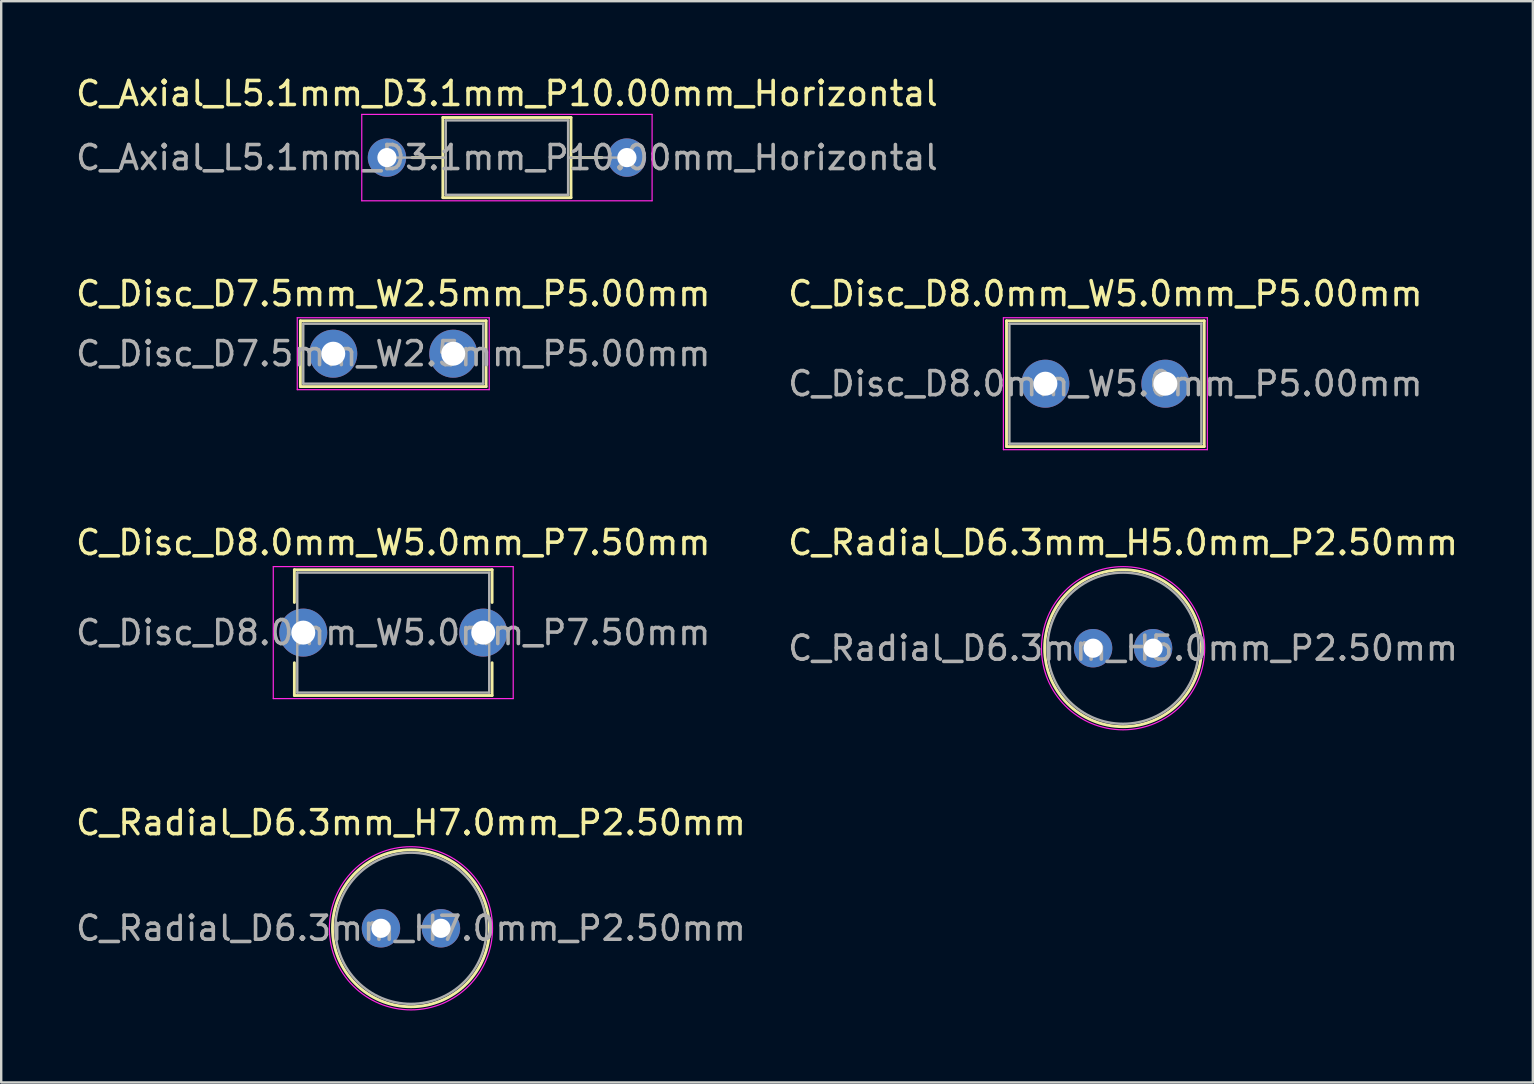
<source format=kicad_pcb>
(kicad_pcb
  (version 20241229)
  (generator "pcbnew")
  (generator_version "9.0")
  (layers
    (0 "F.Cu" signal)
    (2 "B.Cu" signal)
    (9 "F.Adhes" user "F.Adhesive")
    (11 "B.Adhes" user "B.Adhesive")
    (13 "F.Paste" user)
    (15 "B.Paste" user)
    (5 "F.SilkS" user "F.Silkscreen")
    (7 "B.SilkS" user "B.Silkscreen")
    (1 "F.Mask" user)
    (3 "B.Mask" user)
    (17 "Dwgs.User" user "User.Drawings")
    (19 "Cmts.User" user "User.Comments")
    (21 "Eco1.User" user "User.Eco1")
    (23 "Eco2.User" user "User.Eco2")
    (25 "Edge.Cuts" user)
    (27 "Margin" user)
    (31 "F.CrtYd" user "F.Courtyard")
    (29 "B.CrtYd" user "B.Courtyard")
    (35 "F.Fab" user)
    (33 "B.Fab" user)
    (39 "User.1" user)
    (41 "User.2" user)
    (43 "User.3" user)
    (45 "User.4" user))
  (footprint "C_Radial_D6.3mm_H5.0mm_P2.50mm"
    (layer "F.Cu")
    (at 42.506 23.965)
    (property "Reference" "C_Radial_D6.3mm_H5.0mm_P2.50mm" (at 1.25 -4.4 0) (layer "F.SilkS") (effects (font (size 1 1) (thickness 0.15))))
    (attr through_hole)
    (fp_circle (center 1.25 0) (end 4.52 0) (stroke (width 0.12) (type solid)) (fill no) (layer "F.SilkS"))
    (fp_circle (center 1.25 0) (end 4.65 0) (stroke (width 0.05) (type solid)) (fill no) (layer "F.CrtYd"))
    (fp_circle (center 1.25 0) (end 4.4 0) (stroke (width 0.1) (type solid)) (fill no) (layer "F.Fab"))
    (fp_text user "${REFERENCE}" (at 1.25 0 0) (layer "F.Fab") (effects (font (size 1 1) (thickness 0.15))))
    (pad "1" thru_hole circle (at 0 0) (size 1.6 1.6) (drill 0.8) (layers "*.Cu" "*.Mask"))
    (pad "2" thru_hole circle (at 2.5 0) (size 1.6 1.6) (drill 0.8) (layers "*.Cu" "*.Mask")))
  (footprint "C_Disc_D7.5mm_W2.5mm_P5.00mm"
    (layer "F.Cu")
    (at 10.839 11.691)
    (property "Reference" "C_Disc_D7.5mm_W2.5mm_P5.00mm" (at 2.5 -2.5 0) (layer "F.SilkS") (effects (font (size 1 1) (thickness 0.15))))
    (attr through_hole)
    (fp_line (start -1.37 -1.37) (end -1.37 1.37) (stroke (width 0.12) (type solid)) (layer "F.SilkS"))
    (fp_line (start -1.37 -1.37) (end 6.37 -1.37) (stroke (width 0.12) (type solid)) (layer "F.SilkS"))
    (fp_line (start -1.37 1.37) (end 6.37 1.37) (stroke (width 0.12) (type solid)) (layer "F.SilkS"))
    (fp_line (start 6.37 -1.37) (end 6.37 1.37) (stroke (width 0.12) (type solid)) (layer "F.SilkS"))
    (fp_line (start -1.5 -1.5) (end -1.5 1.5) (stroke (width 0.05) (type solid)) (layer "F.CrtYd"))
    (fp_line (start -1.5 1.5) (end 6.5 1.5) (stroke (width 0.05) (type solid)) (layer "F.CrtYd"))
    (fp_line (start 6.5 -1.5) (end -1.5 -1.5) (stroke (width 0.05) (type solid)) (layer "F.CrtYd"))
    (fp_line (start 6.5 1.5) (end 6.5 -1.5) (stroke (width 0.05) (type solid)) (layer "F.CrtYd"))
    (fp_line (start -1.25 -1.25) (end -1.25 1.25) (stroke (width 0.1) (type solid)) (layer "F.Fab"))
    (fp_line (start -1.25 1.25) (end 6.25 1.25) (stroke (width 0.1) (type solid)) (layer "F.Fab"))
    (fp_line (start 6.25 -1.25) (end -1.25 -1.25) (stroke (width 0.1) (type solid)) (layer "F.Fab"))
    (fp_line (start 6.25 1.25) (end 6.25 -1.25) (stroke (width 0.1) (type solid)) (layer "F.Fab"))
    (fp_text user "${REFERENCE}" (at 2.5 0 0) (layer "F.Fab") (effects (font (size 1 1) (thickness 0.15))))
    (pad "1" thru_hole circle (at 0 0) (size 2 2) (drill 1) (layers "*.Cu" "*.Mask"))
    (pad "2" thru_hole circle (at 5 0) (size 2 2) (drill 1) (layers "*.Cu" "*.Mask")))
  (footprint "C_Axial_L5.1mm_D3.1mm_P10.00mm_Horizontal"
    (layer "F.Cu")
    (at 13.077 3.518)
    (property "Reference" "C_Axial_L5.1mm_D3.1mm_P10.00mm_Horizontal" (at 5 -2.67 0) (layer "F.SilkS") (effects (font (size 1 1) (thickness 0.15))))
    (attr through_hole)
    (fp_line (start 1.04 0) (end 2.33 0) (stroke (width 0.12) (type solid)) (layer "F.SilkS"))
    (fp_line (start 2.33 -1.67) (end 2.33 1.67) (stroke (width 0.12) (type solid)) (layer "F.SilkS"))
    (fp_line (start 2.33 1.67) (end 7.67 1.67) (stroke (width 0.12) (type solid)) (layer "F.SilkS"))
    (fp_line (start 7.67 -1.67) (end 2.33 -1.67) (stroke (width 0.12) (type solid)) (layer "F.SilkS"))
    (fp_line (start 7.67 1.67) (end 7.67 -1.67) (stroke (width 0.12) (type solid)) (layer "F.SilkS"))
    (fp_line (start 8.96 0) (end 7.67 0) (stroke (width 0.12) (type solid)) (layer "F.SilkS"))
    (fp_line (start -1.05 -1.8) (end -1.05 1.8) (stroke (width 0.05) (type solid)) (layer "F.CrtYd"))
    (fp_line (start -1.05 1.8) (end 11.05 1.8) (stroke (width 0.05) (type solid)) (layer "F.CrtYd"))
    (fp_line (start 11.05 -1.8) (end -1.05 -1.8) (stroke (width 0.05) (type solid)) (layer "F.CrtYd"))
    (fp_line (start 11.05 1.8) (end 11.05 -1.8) (stroke (width 0.05) (type solid)) (layer "F.CrtYd"))
    (fp_line (start 0 0) (end 2.45 0) (stroke (width 0.1) (type solid)) (layer "F.Fab"))
    (fp_line (start 2.45 -1.55) (end 2.45 1.55) (stroke (width 0.1) (type solid)) (layer "F.Fab"))
    (fp_line (start 2.45 1.55) (end 7.55 1.55) (stroke (width 0.1) (type solid)) (layer "F.Fab"))
    (fp_line (start 7.55 -1.55) (end 2.45 -1.55) (stroke (width 0.1) (type solid)) (layer "F.Fab"))
    (fp_line (start 7.55 1.55) (end 7.55 -1.55) (stroke (width 0.1) (type solid)) (layer "F.Fab"))
    (fp_line (start 10 0) (end 7.55 0) (stroke (width 0.1) (type solid)) (layer "F.Fab"))
    (fp_text user "${REFERENCE}" (at 5 0 0) (layer "F.Fab") (effects (font (size 1 1) (thickness 0.15))))
    (pad "1" thru_hole circle (at 0 0) (size 1.6 1.6) (drill 0.8) (layers "*.Cu" "*.Mask"))
    (pad "2" thru_hole oval (at 10 0) (size 1.6 1.6) (drill 0.8) (layers "*.Cu" "*.Mask")))
  (footprint "C_Radial_D6.3mm_H7.0mm_P2.50mm"
    (layer "F.Cu")
    (at 12.827 35.638)
    (property "Reference" "C_Radial_D6.3mm_H7.0mm_P2.50mm" (at 1.25 -4.4 0) (layer "F.SilkS") (effects (font (size 1 1) (thickness 0.15))))
    (attr through_hole)
    (fp_circle (center 1.25 0) (end 4.52 0) (stroke (width 0.12) (type solid)) (fill no) (layer "F.SilkS"))
    (fp_circle (center 1.25 0) (end 4.65 0) (stroke (width 0.05) (type solid)) (fill no) (layer "F.CrtYd"))
    (fp_circle (center 1.25 0) (end 4.4 0) (stroke (width 0.1) (type solid)) (fill no) (layer "F.Fab"))
    (fp_text user "${REFERENCE}" (at 1.25 0 0) (layer "F.Fab") (effects (font (size 1 1) (thickness 0.15))))
    (pad "1" thru_hole circle (at 0 0) (size 1.6 1.6) (drill 0.8) (layers "*.Cu" "*.Mask"))
    (pad "2" thru_hole circle (at 2.5 0) (size 1.6 1.6) (drill 0.8) (layers "*.Cu" "*.Mask")))
  (footprint "C_Disc_D8.0mm_W5.0mm_P5.00mm"
    (layer "F.Cu")
    (at 40.518 12.941)
    (property "Reference" "C_Disc_D8.0mm_W5.0mm_P5.00mm" (at 2.5 -3.75 0) (layer "F.SilkS") (effects (font (size 1 1) (thickness 0.15))))
    (attr through_hole)
    (fp_line (start -1.62 -2.62) (end -1.62 2.62) (stroke (width 0.12) (type solid)) (layer "F.SilkS"))
    (fp_line (start -1.62 -2.62) (end 6.62 -2.62) (stroke (width 0.12) (type solid)) (layer "F.SilkS"))
    (fp_line (start -1.62 2.62) (end 6.62 2.62) (stroke (width 0.12) (type solid)) (layer "F.SilkS"))
    (fp_line (start 6.62 -2.62) (end 6.62 2.62) (stroke (width 0.12) (type solid)) (layer "F.SilkS"))
    (fp_line (start -1.75 -2.75) (end -1.75 2.75) (stroke (width 0.05) (type solid)) (layer "F.CrtYd"))
    (fp_line (start -1.75 2.75) (end 6.75 2.75) (stroke (width 0.05) (type solid)) (layer "F.CrtYd"))
    (fp_line (start 6.75 -2.75) (end -1.75 -2.75) (stroke (width 0.05) (type solid)) (layer "F.CrtYd"))
    (fp_line (start 6.75 2.75) (end 6.75 -2.75) (stroke (width 0.05) (type solid)) (layer "F.CrtYd"))
    (fp_line (start -1.5 -2.5) (end -1.5 2.5) (stroke (width 0.1) (type solid)) (layer "F.Fab"))
    (fp_line (start -1.5 2.5) (end 6.5 2.5) (stroke (width 0.1) (type solid)) (layer "F.Fab"))
    (fp_line (start 6.5 -2.5) (end -1.5 -2.5) (stroke (width 0.1) (type solid)) (layer "F.Fab"))
    (fp_line (start 6.5 2.5) (end 6.5 -2.5) (stroke (width 0.1) (type solid)) (layer "F.Fab"))
    (fp_text user "${REFERENCE}" (at 2.5 0 0) (layer "F.Fab") (effects (font (size 1 1) (thickness 0.15))))
    (pad "1" thru_hole circle (at 0 0) (size 2 2) (drill 1) (layers "*.Cu" "*.Mask"))
    (pad "2" thru_hole circle (at 5 0) (size 2 2) (drill 1) (layers "*.Cu" "*.Mask")))
  (footprint "C_Disc_D8.0mm_W5.0mm_P7.50mm"
    (layer "F.Cu")
    (at 9.589 23.315)
    (property "Reference" "C_Disc_D8.0mm_W5.0mm_P7.50mm" (at 3.75 -3.75 0) (layer "F.SilkS") (effects (font (size 1 1) (thickness 0.15))))
    (attr through_hole)
    (fp_line (start -0.37 -2.62) (end -0.37 -1.256) (stroke (width 0.12) (type solid)) (layer "F.SilkS"))
    (fp_line (start -0.37 -2.62) (end 7.87 -2.62) (stroke (width 0.12) (type solid)) (layer "F.SilkS"))
    (fp_line (start -0.37 1.256) (end -0.37 2.62) (stroke (width 0.12) (type solid)) (layer "F.SilkS"))
    (fp_line (start -0.37 2.62) (end 7.87 2.62) (stroke (width 0.12) (type solid)) (layer "F.SilkS"))
    (fp_line (start 7.87 -2.62) (end 7.87 -1.256) (stroke (width 0.12) (type solid)) (layer "F.SilkS"))
    (fp_line (start 7.87 1.256) (end 7.87 2.62) (stroke (width 0.12) (type solid)) (layer "F.SilkS"))
    (fp_line (start -1.25 -2.75) (end -1.25 2.75) (stroke (width 0.05) (type solid)) (layer "F.CrtYd"))
    (fp_line (start -1.25 2.75) (end 8.75 2.75) (stroke (width 0.05) (type solid)) (layer "F.CrtYd"))
    (fp_line (start 8.75 -2.75) (end -1.25 -2.75) (stroke (width 0.05) (type solid)) (layer "F.CrtYd"))
    (fp_line (start 8.75 2.75) (end 8.75 -2.75) (stroke (width 0.05) (type solid)) (layer "F.CrtYd"))
    (fp_line (start -0.25 -2.5) (end -0.25 2.5) (stroke (width 0.1) (type solid)) (layer "F.Fab"))
    (fp_line (start -0.25 2.5) (end 7.75 2.5) (stroke (width 0.1) (type solid)) (layer "F.Fab"))
    (fp_line (start 7.75 -2.5) (end -0.25 -2.5) (stroke (width 0.1) (type solid)) (layer "F.Fab"))
    (fp_line (start 7.75 2.5) (end 7.75 -2.5) (stroke (width 0.1) (type solid)) (layer "F.Fab"))
    (fp_text user "${REFERENCE}" (at 3.75 0 0) (layer "F.Fab") (effects (font (size 1 1) (thickness 0.15))))
    (pad "1" thru_hole circle (at 0 0) (size 2 2) (drill 1) (layers "*.Cu" "*.Mask"))
    (pad "2" thru_hole circle (at 7.5 0) (size 2 2) (drill 1) (layers "*.Cu" "*.Mask")))
  (gr_rect
    (start -3 -3)
    (end 60.833 42.063)
    (stroke (width 0.1) (type default))
    (fill no)
    (layer "Edge.Cuts")))
</source>
